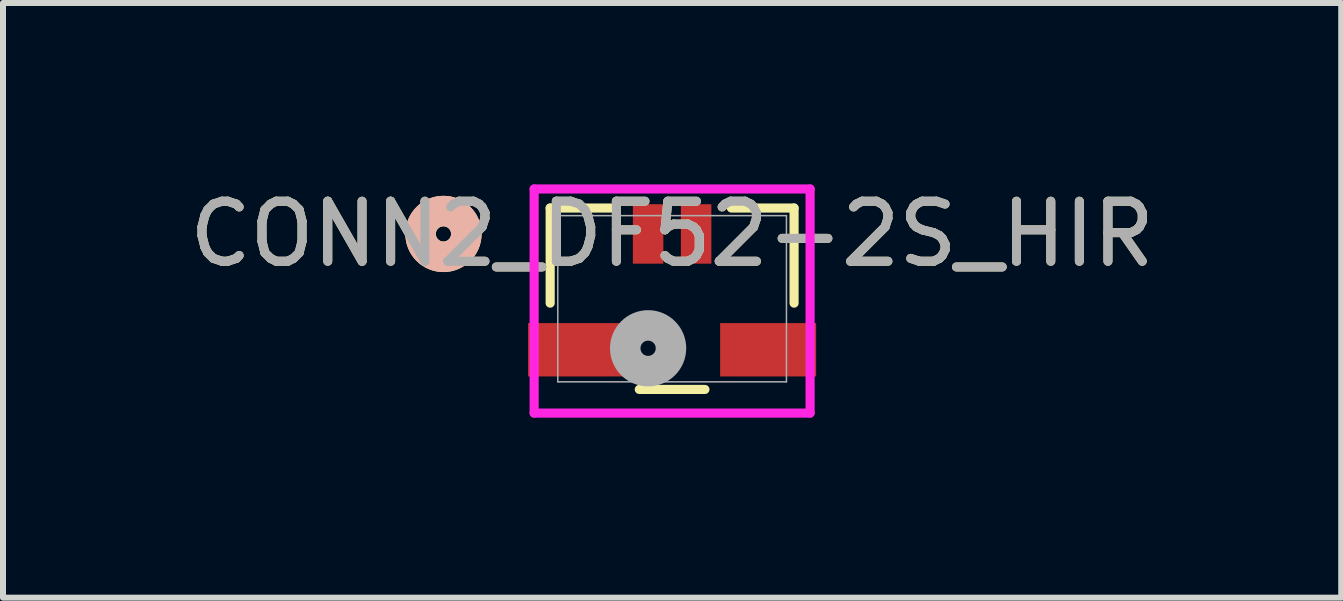
<source format=kicad_pcb>
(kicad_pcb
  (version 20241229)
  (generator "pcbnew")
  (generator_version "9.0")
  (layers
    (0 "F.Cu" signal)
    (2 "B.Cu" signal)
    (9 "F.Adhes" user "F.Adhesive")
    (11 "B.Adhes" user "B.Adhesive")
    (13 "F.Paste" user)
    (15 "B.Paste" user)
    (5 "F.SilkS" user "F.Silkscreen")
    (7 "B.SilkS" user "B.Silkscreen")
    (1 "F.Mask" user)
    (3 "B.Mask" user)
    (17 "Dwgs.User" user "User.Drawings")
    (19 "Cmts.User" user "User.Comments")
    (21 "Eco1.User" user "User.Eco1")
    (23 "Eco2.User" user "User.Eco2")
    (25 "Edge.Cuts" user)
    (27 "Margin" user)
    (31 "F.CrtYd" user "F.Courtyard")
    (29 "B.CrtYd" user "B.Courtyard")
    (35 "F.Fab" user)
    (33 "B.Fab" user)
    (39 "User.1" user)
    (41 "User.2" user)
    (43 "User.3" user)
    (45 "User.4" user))
  (footprint "CONN2_DF52-2S_HIR"
    (layer "F.Cu")
    (at 7.749 0.848)
    (property "Reference" "CONN2_DF52-2S_HIR" (at 0.4 0 0) (unlocked yes) (layer "F.SilkS") (effects (font (size 1 1) (thickness 0.15))))
    (attr smd)
    (fp_line (start -1.632 -0.432) (end -1.632 1.153) (stroke (width 0.152) (type solid)) (layer "F.SilkS"))
    (fp_line (start -0.587 -0.432) (end -1.632 -0.432) (stroke (width 0.152) (type solid)) (layer "F.SilkS"))
    (fp_line (start -0.147 2.591) (end 0.947 2.591) (stroke (width 0.152) (type solid)) (layer "F.SilkS"))
    (fp_line (start 2.432 -0.432) (end 1.387 -0.432) (stroke (width 0.152) (type solid)) (layer "F.SilkS"))
    (fp_line (start 2.432 1.153) (end 2.432 -0.432) (stroke (width 0.152) (type solid)) (layer "F.SilkS"))
    (fp_circle (center -3.41 0) (end -3.029 0) (stroke (width 0.508) (type solid)) (fill no) (layer "F.SilkS"))
    (fp_circle (center -3.41 0) (end -3.029 0) (stroke (width 0.508) (type solid)) (fill no) (layer "B.SilkS"))
    (fp_line (start -1.899 -0.749) (end -1.899 2.985) (stroke (width 0.152) (type solid)) (layer "F.CrtYd"))
    (fp_line (start -1.899 2.985) (end 2.699 2.985) (stroke (width 0.152) (type solid)) (layer "F.CrtYd"))
    (fp_line (start 2.699 -0.749) (end -1.899 -0.749) (stroke (width 0.152) (type solid)) (layer "F.CrtYd"))
    (fp_line (start 2.699 2.985) (end 2.699 -0.749) (stroke (width 0.152) (type solid)) (layer "F.CrtYd"))
    (fp_line (start -1.505 -0.305) (end -1.505 2.464) (stroke (width 0.025) (type solid)) (layer "F.Fab"))
    (fp_line (start -1.505 2.464) (end 2.305 2.464) (stroke (width 0.025) (type solid)) (layer "F.Fab"))
    (fp_line (start 2.305 -0.305) (end -1.505 -0.305) (stroke (width 0.025) (type solid)) (layer "F.Fab"))
    (fp_line (start 2.305 2.464) (end 2.305 -0.305) (stroke (width 0.025) (type solid)) (layer "F.Fab"))
    (fp_circle (center 0 1.905) (end 0.381 1.905) (stroke (width 0.508) (type solid)) (fill no) (layer "F.Fab"))
    (fp_text user "${REFERENCE}" (at 0.4 0 0) (unlocked yes) (layer "F.Fab") (effects (font (size 1 1) (thickness 0.15))))
    (pad "1" smd rect (at 0.000001 0) (size 0.508 0.991) (layers "F.Cu" "F.Mask" "F.Paste"))
    (pad "2" smd rect (at 0.8 0) (size 0.508 0.991) (layers "F.Cu" "F.Mask" "F.Paste"))
    (pad "3" smd rect (at -1.2 1.93 90) (size 0.889 1.6) (layers "F.Cu" "F.Mask" "F.Paste"))
    (pad "4" smd rect (at 2 1.93 90) (size 0.889 1.6) (layers "F.Cu" "F.Mask" "F.Paste")))
  (gr_rect
    (start -3 -3)
    (end 19.298 6.909)
    (stroke (width 0.1) (type default))
    (fill no)
    (layer "Edge.Cuts")))
</source>
